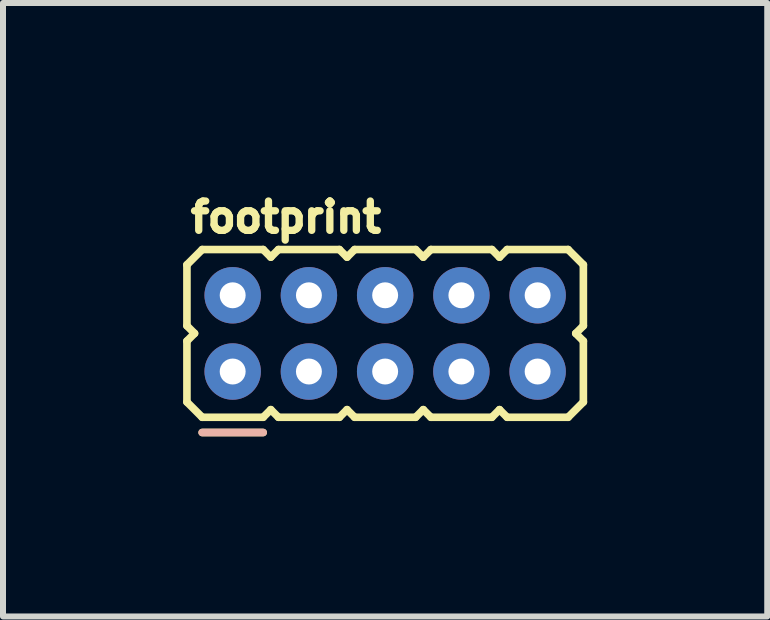
<source format=kicad_pcb>
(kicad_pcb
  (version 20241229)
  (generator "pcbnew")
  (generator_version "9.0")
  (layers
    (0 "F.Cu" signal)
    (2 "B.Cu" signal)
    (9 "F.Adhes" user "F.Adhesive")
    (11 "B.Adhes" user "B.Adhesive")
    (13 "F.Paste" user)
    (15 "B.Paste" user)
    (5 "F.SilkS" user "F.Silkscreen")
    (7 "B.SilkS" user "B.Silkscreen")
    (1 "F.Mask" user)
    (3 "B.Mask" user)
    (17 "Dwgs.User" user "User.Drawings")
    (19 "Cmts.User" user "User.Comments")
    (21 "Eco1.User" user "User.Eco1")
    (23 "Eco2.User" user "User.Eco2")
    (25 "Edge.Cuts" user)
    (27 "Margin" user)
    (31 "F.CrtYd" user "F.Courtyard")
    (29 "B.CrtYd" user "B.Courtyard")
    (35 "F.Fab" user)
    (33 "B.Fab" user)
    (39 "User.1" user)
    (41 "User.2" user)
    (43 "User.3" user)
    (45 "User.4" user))
  (footprint "footprint"
    (layer "F.Cu")
    (at 0.826 3.139)
    (property "Reference" "footprint" (at -0.762 -2.286 0) (layer "F.SilkS") (effects (font (size 0.488 0.488) (thickness 0.122)) (justify left bottom)))
    (fp_line (start -0.762 -1.778) (end -0.508 -2.032) (stroke (width 0.127) (type solid)) (layer "F.SilkS"))
    (fp_line (start -0.762 -0.762) (end -0.762 -1.778) (stroke (width 0.127) (type solid)) (layer "F.SilkS"))
    (fp_line (start -0.762 -0.508) (end -0.635 -0.635) (stroke (width 0.127) (type solid)) (layer "F.SilkS"))
    (fp_line (start -0.762 0.508) (end -0.762 -0.508) (stroke (width 0.127) (type solid)) (layer "F.SilkS"))
    (fp_line (start -0.635 -0.635) (end -0.762 -0.762) (stroke (width 0.127) (type solid)) (layer "F.SilkS"))
    (fp_line (start -0.508 -2.032) (end 0.508 -2.032) (stroke (width 0.127) (type solid)) (layer "F.SilkS"))
    (fp_line (start -0.508 0.762) (end -0.762 0.508) (stroke (width 0.127) (type solid)) (layer "F.SilkS"))
    (fp_line (start 0.508 -2.032) (end 0.635 -1.905) (stroke (width 0.127) (type solid)) (layer "F.SilkS"))
    (fp_line (start 0.508 0.762) (end -0.508 0.762) (stroke (width 0.127) (type solid)) (layer "F.SilkS"))
    (fp_line (start 0.508 1.016) (end -0.508 1.016) (stroke (width 0.127) (type solid)) (layer "F.SilkS"))
    (fp_line (start 0.635 -1.905) (end 0.762 -2.032) (stroke (width 0.127) (type solid)) (layer "F.SilkS"))
    (fp_line (start 0.635 0.635) (end 0.508 0.762) (stroke (width 0.127) (type solid)) (layer "F.SilkS"))
    (fp_line (start 0.762 -2.032) (end 1.778 -2.032) (stroke (width 0.127) (type solid)) (layer "F.SilkS"))
    (fp_line (start 0.762 0.762) (end 0.635 0.635) (stroke (width 0.127) (type solid)) (layer "F.SilkS"))
    (fp_line (start 1.778 -2.032) (end 1.905 -1.905) (stroke (width 0.127) (type solid)) (layer "F.SilkS"))
    (fp_line (start 1.778 0.762) (end 0.762 0.762) (stroke (width 0.127) (type solid)) (layer "F.SilkS"))
    (fp_line (start 1.905 -1.905) (end 2.032 -2.032) (stroke (width 0.127) (type solid)) (layer "F.SilkS"))
    (fp_line (start 1.905 0.635) (end 1.778 0.762) (stroke (width 0.127) (type solid)) (layer "F.SilkS"))
    (fp_line (start 2.032 -2.032) (end 3.048 -2.032) (stroke (width 0.127) (type solid)) (layer "F.SilkS"))
    (fp_line (start 2.032 0.762) (end 1.905 0.635) (stroke (width 0.127) (type solid)) (layer "F.SilkS"))
    (fp_line (start 3.048 -2.032) (end 3.175 -1.905) (stroke (width 0.127) (type solid)) (layer "F.SilkS"))
    (fp_line (start 3.048 0.762) (end 2.032 0.762) (stroke (width 0.127) (type solid)) (layer "F.SilkS"))
    (fp_line (start 3.175 -1.905) (end 3.302 -2.032) (stroke (width 0.127) (type solid)) (layer "F.SilkS"))
    (fp_line (start 3.175 0.635) (end 3.048 0.762) (stroke (width 0.127) (type solid)) (layer "F.SilkS"))
    (fp_line (start 3.302 -2.032) (end 4.318 -2.032) (stroke (width 0.127) (type solid)) (layer "F.SilkS"))
    (fp_line (start 3.302 0.762) (end 3.175 0.635) (stroke (width 0.127) (type solid)) (layer "F.SilkS"))
    (fp_line (start 4.318 -2.032) (end 4.445 -1.905) (stroke (width 0.127) (type solid)) (layer "F.SilkS"))
    (fp_line (start 4.318 0.762) (end 3.302 0.762) (stroke (width 0.127) (type solid)) (layer "F.SilkS"))
    (fp_line (start 4.445 -1.905) (end 4.572 -2.032) (stroke (width 0.127) (type solid)) (layer "F.SilkS"))
    (fp_line (start 4.445 0.635) (end 4.318 0.762) (stroke (width 0.127) (type solid)) (layer "F.SilkS"))
    (fp_line (start 4.572 -2.032) (end 5.588 -2.032) (stroke (width 0.127) (type solid)) (layer "F.SilkS"))
    (fp_line (start 4.572 0.762) (end 4.445 0.635) (stroke (width 0.127) (type solid)) (layer "F.SilkS"))
    (fp_line (start 5.588 -2.032) (end 5.842 -1.778) (stroke (width 0.127) (type solid)) (layer "F.SilkS"))
    (fp_line (start 5.588 0.762) (end 4.572 0.762) (stroke (width 0.127) (type solid)) (layer "F.SilkS"))
    (fp_line (start 5.715 -0.635) (end 5.842 -0.508) (stroke (width 0.127) (type solid)) (layer "F.SilkS"))
    (fp_line (start 5.842 -1.778) (end 5.842 -0.762) (stroke (width 0.127) (type solid)) (layer "F.SilkS"))
    (fp_line (start 5.842 -0.762) (end 5.715 -0.635) (stroke (width 0.127) (type solid)) (layer "F.SilkS"))
    (fp_line (start 5.842 -0.508) (end 5.842 0.508) (stroke (width 0.127) (type solid)) (layer "F.SilkS"))
    (fp_line (start 5.842 0.508) (end 5.588 0.762) (stroke (width 0.127) (type solid)) (layer "F.SilkS"))
    (fp_line (start -0.508 1.016) (end 0.508 1.016) (stroke (width 0.127) (type solid)) (layer "B.SilkS"))
    (pad "1" thru_hole circle (at 0 0 90) (size 0.94 0.94) (drill 0.432) (layers "*.Cu" "*.Mask"))
    (pad "2" thru_hole circle (at 0 -1.27 90) (size 0.94 0.94) (drill 0.432) (layers "*.Cu" "*.Mask"))
    (pad "3" thru_hole circle (at 1.27 0 90) (size 0.94 0.94) (drill 0.432) (layers "*.Cu" "*.Mask"))
    (pad "4" thru_hole circle (at 1.27 -1.27 90) (size 0.94 0.94) (drill 0.432) (layers "*.Cu" "*.Mask"))
    (pad "5" thru_hole circle (at 2.54 0 90) (size 0.94 0.94) (drill 0.432) (layers "*.Cu" "*.Mask"))
    (pad "6" thru_hole circle (at 2.54 -1.27 90) (size 0.94 0.94) (drill 0.432) (layers "*.Cu" "*.Mask"))
    (pad "7" thru_hole circle (at 3.81 0 90) (size 0.94 0.94) (drill 0.432) (layers "*.Cu" "*.Mask"))
    (pad "8" thru_hole circle (at 3.81 -1.27 90) (size 0.94 0.94) (drill 0.432) (layers "*.Cu" "*.Mask"))
    (pad "9" thru_hole circle (at 5.08 0 90) (size 0.94 0.94) (drill 0.432) (layers "*.Cu" "*.Mask"))
    (pad "10" thru_hole circle (at 5.08 -1.27 90) (size 0.94 0.94) (drill 0.432) (layers "*.Cu" "*.Mask")))
  (gr_rect
    (start -3 -3)
    (end 9.731 7.219)
    (stroke (width 0.1) (type default))
    (fill no)
    (layer "Edge.Cuts")))
</source>
